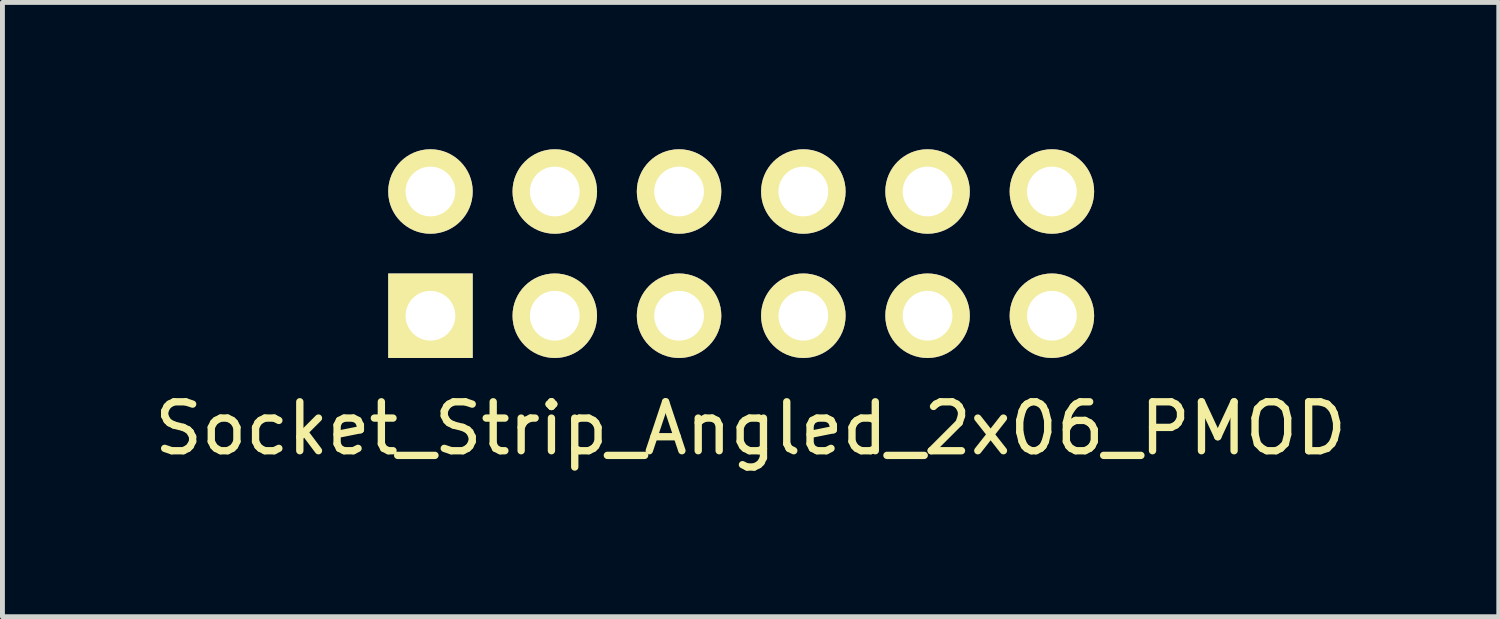
<source format=kicad_pcb>
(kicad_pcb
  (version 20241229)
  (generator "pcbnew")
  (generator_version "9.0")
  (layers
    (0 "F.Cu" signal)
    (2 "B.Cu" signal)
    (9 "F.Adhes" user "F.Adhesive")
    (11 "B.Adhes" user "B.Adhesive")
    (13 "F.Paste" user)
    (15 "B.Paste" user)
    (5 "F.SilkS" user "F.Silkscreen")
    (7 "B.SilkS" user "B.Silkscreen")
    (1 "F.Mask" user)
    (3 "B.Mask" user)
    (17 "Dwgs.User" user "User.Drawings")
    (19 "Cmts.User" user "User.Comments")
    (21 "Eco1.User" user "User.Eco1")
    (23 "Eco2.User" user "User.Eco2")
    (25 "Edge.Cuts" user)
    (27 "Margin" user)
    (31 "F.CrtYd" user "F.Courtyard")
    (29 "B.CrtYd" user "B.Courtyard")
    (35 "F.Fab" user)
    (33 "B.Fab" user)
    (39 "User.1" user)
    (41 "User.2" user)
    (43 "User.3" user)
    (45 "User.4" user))
  (footprint "Socket_Strip_Angled_2x06_PMOD"
    (layer "F.Cu")
    (at 5.752 3.407)
    (property "Reference" "Socket_Strip_Angled_2x06_PMOD" (at 6.54 2.3 0) (layer "F.SilkS") (effects (font (size 1 1) (thickness 0.15))))
    (attr through_hole)
    (pad "1" thru_hole rect (at -0.004 -0.004 180) (size 1.727 1.727) (drill 1.016) (layers "*.Cu" "*.Mask" "F.SilkS"))
    (pad "2" thru_hole oval (at 2.537 -0.004 180) (size 1.727 1.727) (drill 1.016) (layers "*.Cu" "*.Mask" "F.SilkS"))
    (pad "3" thru_hole oval (at 5.077 -0.004 180) (size 1.727 1.727) (drill 1.016) (layers "*.Cu" "*.Mask" "F.SilkS"))
    (pad "4" thru_hole oval (at 7.617 -0.004 180) (size 1.727 1.727) (drill 1.016) (layers "*.Cu" "*.Mask" "F.SilkS"))
    (pad "5" thru_hole oval (at 10.156 -0.004 180) (size 1.727 1.727) (drill 1.016) (layers "*.Cu" "*.Mask" "F.SilkS"))
    (pad "6" thru_hole circle (at 12.697 -0.004 180) (size 1.727 1.727) (drill 1.016) (layers "*.Cu" "*.Mask" "F.SilkS"))
    (pad "7" thru_hole oval (at -0.004 -2.543 180) (size 1.727 1.727) (drill 1.016) (layers "*.Cu" "*.Mask" "F.SilkS"))
    (pad "8" thru_hole oval (at 2.537 -2.543 180) (size 1.727 1.727) (drill 1.016) (layers "*.Cu" "*.Mask" "F.SilkS"))
    (pad "9" thru_hole oval (at 5.077 -2.543 180) (size 1.727 1.727) (drill 1.016) (layers "*.Cu" "*.Mask" "F.SilkS"))
    (pad "10" thru_hole oval (at 7.617 -2.543 180) (size 1.727 1.727) (drill 1.016) (layers "*.Cu" "*.Mask" "F.SilkS"))
    (pad "11" thru_hole oval (at 10.156 -2.543 180) (size 1.727 1.727) (drill 1.016) (layers "*.Cu" "*.Mask" "F.SilkS"))
    (pad "12" thru_hole oval (at 12.697 -2.543 180) (size 1.727 1.727) (drill 1.016) (layers "*.Cu" "*.Mask" "F.SilkS")))
  (gr_rect
    (start -3 -3)
    (end 27.583 9.555)
    (stroke (width 0.1) (type default))
    (fill no)
    (layer "Edge.Cuts")))
</source>
